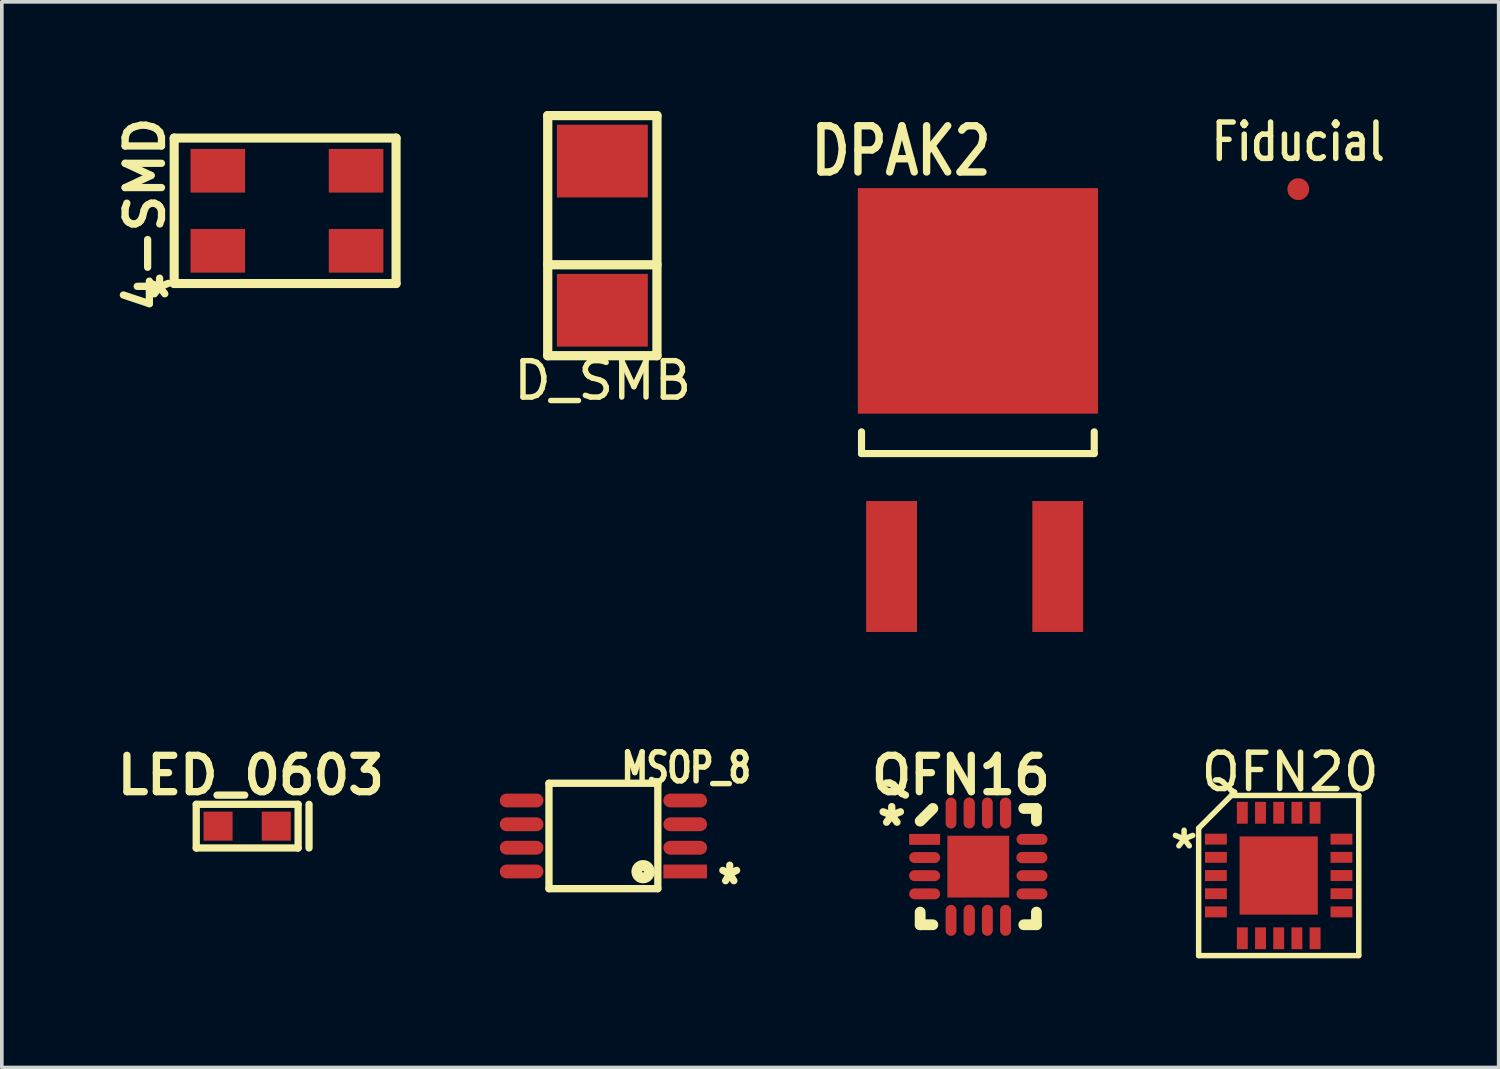
<source format=kicad_pcb>
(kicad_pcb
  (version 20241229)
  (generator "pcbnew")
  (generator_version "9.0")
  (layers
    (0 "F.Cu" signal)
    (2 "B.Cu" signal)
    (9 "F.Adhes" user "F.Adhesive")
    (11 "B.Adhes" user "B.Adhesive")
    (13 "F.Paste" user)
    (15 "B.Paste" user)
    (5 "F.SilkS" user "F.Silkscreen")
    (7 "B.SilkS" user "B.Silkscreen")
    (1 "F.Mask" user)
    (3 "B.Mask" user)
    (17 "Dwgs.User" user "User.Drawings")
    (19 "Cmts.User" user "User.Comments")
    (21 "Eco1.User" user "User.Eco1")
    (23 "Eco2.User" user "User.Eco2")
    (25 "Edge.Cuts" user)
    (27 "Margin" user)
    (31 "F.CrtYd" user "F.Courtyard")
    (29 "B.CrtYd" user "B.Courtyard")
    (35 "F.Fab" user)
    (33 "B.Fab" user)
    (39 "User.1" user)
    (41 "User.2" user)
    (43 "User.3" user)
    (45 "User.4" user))
  (footprint "QFN16"
    (layer "F.Cu")
    (at 22.358 20.005)
    (property "Reference" "QFN16" (at 1 -1.75 0) (layer "F.SilkS") (effects (font (size 1 1) (thickness 0.2))))
    (attr smd)
    (fp_line (start -0.119 2.012) (end -0.119 2.36) (stroke (width 0.297) (type solid)) (layer "F.SilkS"))
    (fp_line (start 0.229 -0.836) (end -0.119 -0.488) (stroke (width 0.297) (type solid)) (layer "F.SilkS"))
    (fp_line (start 0.229 2.36) (end -0.119 2.36) (stroke (width 0.297) (type solid)) (layer "F.SilkS"))
    (fp_line (start 2.728 2.36) (end 3.076 2.36) (stroke (width 0.297) (type solid)) (layer "F.SilkS"))
    (fp_line (start 3.076 -0.836) (end 2.728 -0.836) (stroke (width 0.297) (type solid)) (layer "F.SilkS"))
    (fp_line (start 3.076 -0.836) (end 3.076 -0.488) (stroke (width 0.297) (type solid)) (layer "F.SilkS"))
    (fp_line (start 3.076 2.36) (end 3.076 2.012) (stroke (width 0.297) (type solid)) (layer "F.SilkS"))
    (fp_text user "*" (at -0.9 -0.34 0) (layer "F.SilkS") (effects (font (size 1 1) (thickness 0.2))))
    (pad "1" smd rect (at 0.003 0.013 180) (size 0.851 0.3) (layers "F.Cu" "F.Mask" "F.Paste"))
    (pad "2" smd oval (at 0.003 0.513 180) (size 0.851 0.3) (layers "F.Cu" "F.Mask" "F.Paste"))
    (pad "3" smd oval (at 0.003 1.011 180) (size 0.851 0.3) (layers "F.Cu" "F.Mask" "F.Paste"))
    (pad "4" smd oval (at 0.003 1.511 180) (size 0.851 0.3) (layers "F.Cu" "F.Mask" "F.Paste"))
    (pad "5" smd oval (at 0.729 2.238 90) (size 0.851 0.3) (layers "F.Cu" "F.Mask" "F.Paste"))
    (pad "6" smd oval (at 1.229 2.235 90) (size 0.851 0.31) (layers "F.Cu" "F.Mask" "F.Paste"))
    (pad "7" smd oval (at 1.727 2.238 90) (size 0.851 0.3) (layers "F.Cu" "F.Mask" "F.Paste"))
    (pad "8" smd oval (at 2.228 2.238 90) (size 0.851 0.3) (layers "F.Cu" "F.Mask" "F.Paste"))
    (pad "9" smd oval (at 2.954 1.511 180) (size 0.851 0.3) (layers "F.Cu" "F.Mask" "F.Paste"))
    (pad "10" smd oval (at 2.954 1.011 180) (size 0.851 0.3) (layers "F.Cu" "F.Mask" "F.Paste"))
    (pad "11" smd oval (at 2.951 0.513 180) (size 0.851 0.31) (layers "F.Cu" "F.Mask" "F.Paste"))
    (pad "12" smd oval (at 2.954 0.013 180) (size 0.851 0.3) (layers "F.Cu" "F.Mask" "F.Paste"))
    (pad "13" smd oval (at 2.228 -0.711 90) (size 0.851 0.31) (layers "F.Cu" "F.Mask" "F.Paste"))
    (pad "14" smd oval (at 1.727 -0.711 90) (size 0.851 0.297) (layers "F.Cu" "F.Mask" "F.Paste"))
    (pad "15" smd oval (at 1.229 -0.711 90) (size 0.851 0.31) (layers "F.Cu" "F.Mask" "F.Paste"))
    (pad "16" smd oval (at 0.729 -0.711 90) (size 0.851 0.297) (layers "F.Cu" "F.Mask" "F.Paste"))
    (pad "17" smd rect (at 1.478 0.762 180) (size 1.699 1.699) (layers "F.Cu" "F.Mask" "F.Paste")))
  (footprint "LED_0603"
    (layer "F.Cu")
    (at 3.743 19.655)
    (property "Reference" "LED_0603" (at 0.1 -1.4 0) (layer "F.SilkS") (effects (font (size 1 1) (thickness 0.2))))
    (attr through_hole)
    (fp_line (start -1.4 -0.6) (end -1.4 0.6) (stroke (width 0.2) (type solid)) (layer "F.SilkS"))
    (fp_line (start -1.4 0.6) (end 1.4 0.6) (stroke (width 0.2) (type solid)) (layer "F.SilkS"))
    (fp_line (start 1.4 -0.6) (end -1.4 -0.6) (stroke (width 0.2) (type solid)) (layer "F.SilkS"))
    (fp_line (start 1.4 0.6) (end 1.4 -0.6) (stroke (width 0.2) (type solid)) (layer "F.SilkS"))
    (fp_line (start 1.7 -0.6) (end 1.7 0.6) (stroke (width 0.2) (type solid)) (layer "F.SilkS"))
    (pad "1" smd rect (at -0.8 0) (size 0.798 0.798) (layers "F.Cu" "F.Mask" "F.Paste"))
    (pad "2" smd rect (at 0.8 0) (size 0.798 0.798) (layers "F.Cu" "F.Mask" "F.Paste")))
  (footprint "D_SMB"
    (layer "F.Cu")
    (at 13.504 1.377)
    (property "Reference" "D_SMB" (at 0.01 6.03 0) (layer "F.SilkS") (effects (font (size 1 1) (thickness 0.15))))
    (attr smd)
    (fp_line (start -1.501 -1.25) (end 1.501 -1.25) (stroke (width 0.254) (type solid)) (layer "F.SilkS"))
    (fp_line (start -1.501 2.85) (end 1.501 2.85) (stroke (width 0.254) (type solid)) (layer "F.SilkS"))
    (fp_line (start -1.501 5.349) (end -1.501 -1.25) (stroke (width 0.254) (type solid)) (layer "F.SilkS"))
    (fp_line (start 1.501 -1.25) (end 1.501 5.349) (stroke (width 0.254) (type solid)) (layer "F.SilkS"))
    (fp_line (start 1.501 5.349) (end -1.501 5.349) (stroke (width 0.254) (type solid)) (layer "F.SilkS"))
    (pad "1" smd rect (at 0 0) (size 2.499 1.999) (layers "F.Cu" "F.Mask" "F.Paste"))
    (pad "2" smd rect (at 0 4.1) (size 2.499 1.999) (layers "F.Cu" "F.Mask" "F.Paste")))
  (footprint "DPAK2"
    (layer "F.Cu")
    (at 23.825 5.219)
    (property "Reference" "DPAK2" (at -2.111 -4.12 0) (layer "F.SilkS") (effects (font (size 1.27 1.016) (thickness 0.203))))
    (attr smd)
    (fp_line (start -3.198 3.599) (end -3.198 4.196) (stroke (width 0.196) (type solid)) (layer "F.SilkS"))
    (fp_line (start 3.198 3.599) (end 3.198 4.196) (stroke (width 0.196) (type solid)) (layer "F.SilkS"))
    (fp_line (start 3.198 4.196) (end -3.198 4.196) (stroke (width 0.196) (type solid)) (layer "F.SilkS"))
    (pad "1" smd rect (at -2.372 7.3) (size 1.397 3.599) (layers "F.Cu" "F.Mask" "F.Paste"))
    (pad "2" smd rect (at 0 0) (size 6.599 6.198) (layers "F.Cu" "F.Mask" "F.Paste"))
    (pad "3" smd rect (at 2.195 7.3) (size 1.397 3.599) (layers "F.Cu" "F.Mask" "F.Paste")))
  (footprint "QFN20"
    (layer "F.Cu")
    (at 32.092 21.012)
    (property "Reference" "QFN20" (at 0.315 -2.845 0) (layer "F.SilkS") (effects (font (size 1 1) (thickness 0.15))))
    (attr through_hole)
    (fp_line (start -2.2 -1.3) (end -1.3 -2.2) (stroke (width 0.15) (type solid)) (layer "F.SilkS"))
    (fp_line (start -2.2 2.2) (end -2.2 -1.3) (stroke (width 0.15) (type solid)) (layer "F.SilkS"))
    (fp_line (start -1.3 -2.2) (end 2.2 -2.2) (stroke (width 0.15) (type solid)) (layer "F.SilkS"))
    (fp_line (start 2.2 -2.2) (end 2.2 2.2) (stroke (width 0.15) (type solid)) (layer "F.SilkS"))
    (fp_line (start 2.2 2.2) (end -2.2 2.2) (stroke (width 0.15) (type solid)) (layer "F.SilkS"))
    (fp_text user "*" (at -2.6 -0.7 0) (layer "F.SilkS") (effects (font (size 1 1) (thickness 0.15))))
    (pad "1" smd rect (at -1.725 -1) (size 0.6 0.3) (layers "F.Cu" "F.Mask" "F.Paste"))
    (pad "2" smd rect (at -1.725 -0.5) (size 0.6 0.3) (layers "F.Cu" "F.Mask" "F.Paste"))
    (pad "3" smd rect (at -1.725 0) (size 0.6 0.3) (layers "F.Cu" "F.Mask" "F.Paste"))
    (pad "4" smd rect (at -1.725 0.5) (size 0.6 0.3) (layers "F.Cu" "F.Mask" "F.Paste"))
    (pad "5" smd rect (at -1.725 1) (size 0.6 0.3) (layers "F.Cu" "F.Mask" "F.Paste"))
    (pad "6" smd rect (at -1 1.725 90) (size 0.6 0.3) (layers "F.Cu" "F.Mask" "F.Paste"))
    (pad "7" smd rect (at -0.5 1.725 90) (size 0.6 0.3) (layers "F.Cu" "F.Mask" "F.Paste"))
    (pad "8" smd rect (at 0 1.725 90) (size 0.6 0.3) (layers "F.Cu" "F.Mask" "F.Paste"))
    (pad "9" smd rect (at 0.5 1.725 90) (size 0.6 0.3) (layers "F.Cu" "F.Mask" "F.Paste"))
    (pad "10" smd rect (at 1 1.725 90) (size 0.6 0.3) (layers "F.Cu" "F.Mask" "F.Paste"))
    (pad "11" smd rect (at 1.725 1) (size 0.6 0.3) (layers "F.Cu" "F.Mask" "F.Paste"))
    (pad "12" smd rect (at 1.725 0.5) (size 0.6 0.3) (layers "F.Cu" "F.Mask" "F.Paste"))
    (pad "13" smd rect (at 1.725 0) (size 0.6 0.3) (layers "F.Cu" "F.Mask" "F.Paste"))
    (pad "14" smd rect (at 1.725 -0.5) (size 0.6 0.3) (layers "F.Cu" "F.Mask" "F.Paste"))
    (pad "15" smd rect (at 1.725 -1) (size 0.6 0.3) (layers "F.Cu" "F.Mask" "F.Paste"))
    (pad "16" smd rect (at 1 -1.725 90) (size 0.6 0.3) (layers "F.Cu" "F.Mask" "F.Paste"))
    (pad "17" smd rect (at 0.5 -1.725 90) (size 0.6 0.3) (layers "F.Cu" "F.Mask" "F.Paste"))
    (pad "18" smd rect (at 0 -1.725 90) (size 0.6 0.3) (layers "F.Cu" "F.Mask" "F.Paste"))
    (pad "19" smd rect (at -0.5 -1.725 90) (size 0.6 0.3) (layers "F.Cu" "F.Mask" "F.Paste"))
    (pad "20" smd rect (at -1 -1.725 90) (size 0.6 0.3) (layers "F.Cu" "F.Mask" "F.Paste"))
    (pad "21" smd rect (at -0.5 -0.75) (size 0.6 0.3) (layers "F.Cu" "F.Mask" "F.Paste"))
    (pad "21" smd rect (at -0.5 -0.25) (size 0.6 0.3) (layers "F.Cu" "F.Mask" "F.Paste"))
    (pad "21" smd rect (at -0.5 0.25) (size 0.6 0.3) (layers "F.Cu" "F.Mask" "F.Paste"))
    (pad "21" smd rect (at -0.5 0.75) (size 0.6 0.3) (layers "F.Cu" "F.Mask" "F.Paste"))
    (pad "21" smd rect (at 0 0) (size 2.15 2.15) (layers "F.Cu" "F.Mask"))
    (pad "21" smd rect (at 0.5 -0.75) (size 0.6 0.3) (layers "F.Cu" "F.Mask" "F.Paste"))
    (pad "21" smd rect (at 0.5 -0.25) (size 0.6 0.3) (layers "F.Cu" "F.Mask" "F.Paste"))
    (pad "21" smd rect (at 0.5 0.25) (size 0.6 0.3) (layers "F.Cu" "F.Mask" "F.Paste"))
    (pad "21" smd rect (at 0.5 0.75) (size 0.6 0.3) (layers "F.Cu" "F.Mask" "F.Paste")))
  (footprint "Fiducial"
    (layer "F.Cu")
    (at 32.631 2.148)
    (property "Reference" "Fiducial" (at 0 -1.3 0) (layer "F.SilkS") (effects (font (size 1 0.8) (thickness 0.15))))
    (attr through_hole)
    (pad "1" smd circle (at 0 0) (size 0.6 0.6) (layers "F.Cu" "F.Mask")))
  (footprint "MSOP_8"
    (layer "F.Cu")
    (at 15.786 20.893)
    (property "Reference" "MSOP_8" (at 0.023 -2.845 0) (layer "F.SilkS") (effects (font (size 0.798 0.599) (thickness 0.15))))
    (attr smd)
    (fp_line (start -3.749 -2.416) (end -3.749 0.48) (stroke (width 0.201) (type solid)) (layer "F.SilkS"))
    (fp_line (start -3.749 0.48) (end -0.757 0.48) (stroke (width 0.201) (type solid)) (layer "F.SilkS"))
    (fp_line (start -0.757 -2.416) (end -3.749 -2.416) (stroke (width 0.201) (type solid)) (layer "F.SilkS"))
    (fp_line (start -0.757 0.48) (end -0.757 -2.416) (stroke (width 0.201) (type solid)) (layer "F.SilkS"))
    (fp_circle (center -1.163 0.013) (end -1.184 0.003) (stroke (width 0.297) (type solid)) (fill no) (layer "F.SilkS"))
    (fp_text user "*" (at 1.219 0.381 0) (layer "F.SilkS") (effects (font (size 0.998 0.798) (thickness 0.198))))
    (pad "1" smd rect (at -0.005 0.008 90) (size 0.381 1.199) (layers "F.Cu" "F.Mask" "F.Paste"))
    (pad "2" smd oval (at -0.005 -0.645 90) (size 0.381 1.199) (layers "F.Cu" "F.Mask" "F.Paste"))
    (pad "3" smd oval (at -0.005 -1.29 90) (size 0.381 1.199) (layers "F.Cu" "F.Mask" "F.Paste"))
    (pad "4" smd oval (at -0.005 -1.943 90) (size 0.381 1.199) (layers "F.Cu" "F.Mask" "F.Paste"))
    (pad "5" smd oval (at -4.501 -1.943 90) (size 0.381 1.199) (layers "F.Cu" "F.Mask" "F.Paste"))
    (pad "6" smd oval (at -4.501 -1.29 90) (size 0.381 1.199) (layers "F.Cu" "F.Mask" "F.Paste"))
    (pad "7" smd oval (at -4.501 -0.645 90) (size 0.381 1.199) (layers "F.Cu" "F.Mask" "F.Paste"))
    (pad "8" smd oval (at -4.501 0.008 90) (size 0.381 1.199) (layers "F.Cu" "F.Mask" "F.Paste")))
  (footprint "4-SMD"
    (layer "F.Cu")
    (at 4.836 2.743)
    (property "Reference" "4-SMD" (at -3.9 0.1 90) (layer "F.SilkS") (effects (font (size 1 1) (thickness 0.2))))
    (attr smd)
    (fp_line (start -3.099 -1.999) (end -3.099 1.999) (stroke (width 0.25) (type solid)) (layer "F.SilkS"))
    (fp_line (start -3.099 1.999) (end 2.999 1.999) (stroke (width 0.25) (type solid)) (layer "F.SilkS"))
    (fp_line (start 2.999 -1.999) (end -3.099 -1.999) (stroke (width 0.25) (type solid)) (layer "F.SilkS"))
    (fp_line (start 2.999 1.999) (end 2.999 -1.999) (stroke (width 0.25) (type solid)) (layer "F.SilkS"))
    (fp_text user "*" (at -3.5 2.4 0) (layer "F.SilkS") (effects (font (size 1 1) (thickness 0.2))))
    (pad "1" smd rect (at -1.9 1.1) (size 1.5 1.2) (layers "F.Cu" "F.Mask" "F.Paste"))
    (pad "2" smd rect (at 1.9 1.1) (size 1.5 1.2) (layers "F.Cu" "F.Mask" "F.Paste"))
    (pad "3" smd rect (at 1.9 -1.1) (size 1.5 1.2) (layers "F.Cu" "F.Mask" "F.Paste"))
    (pad "4" smd rect (at -1.9 -1.1) (size 1.5 1.2) (layers "F.Cu" "F.Mask" "F.Paste")))
  (gr_rect
    (start -3 -3)
    (end 38.138 26.287)
    (stroke (width 0.1) (type default))
    (fill no)
    (layer "Edge.Cuts")))
</source>
